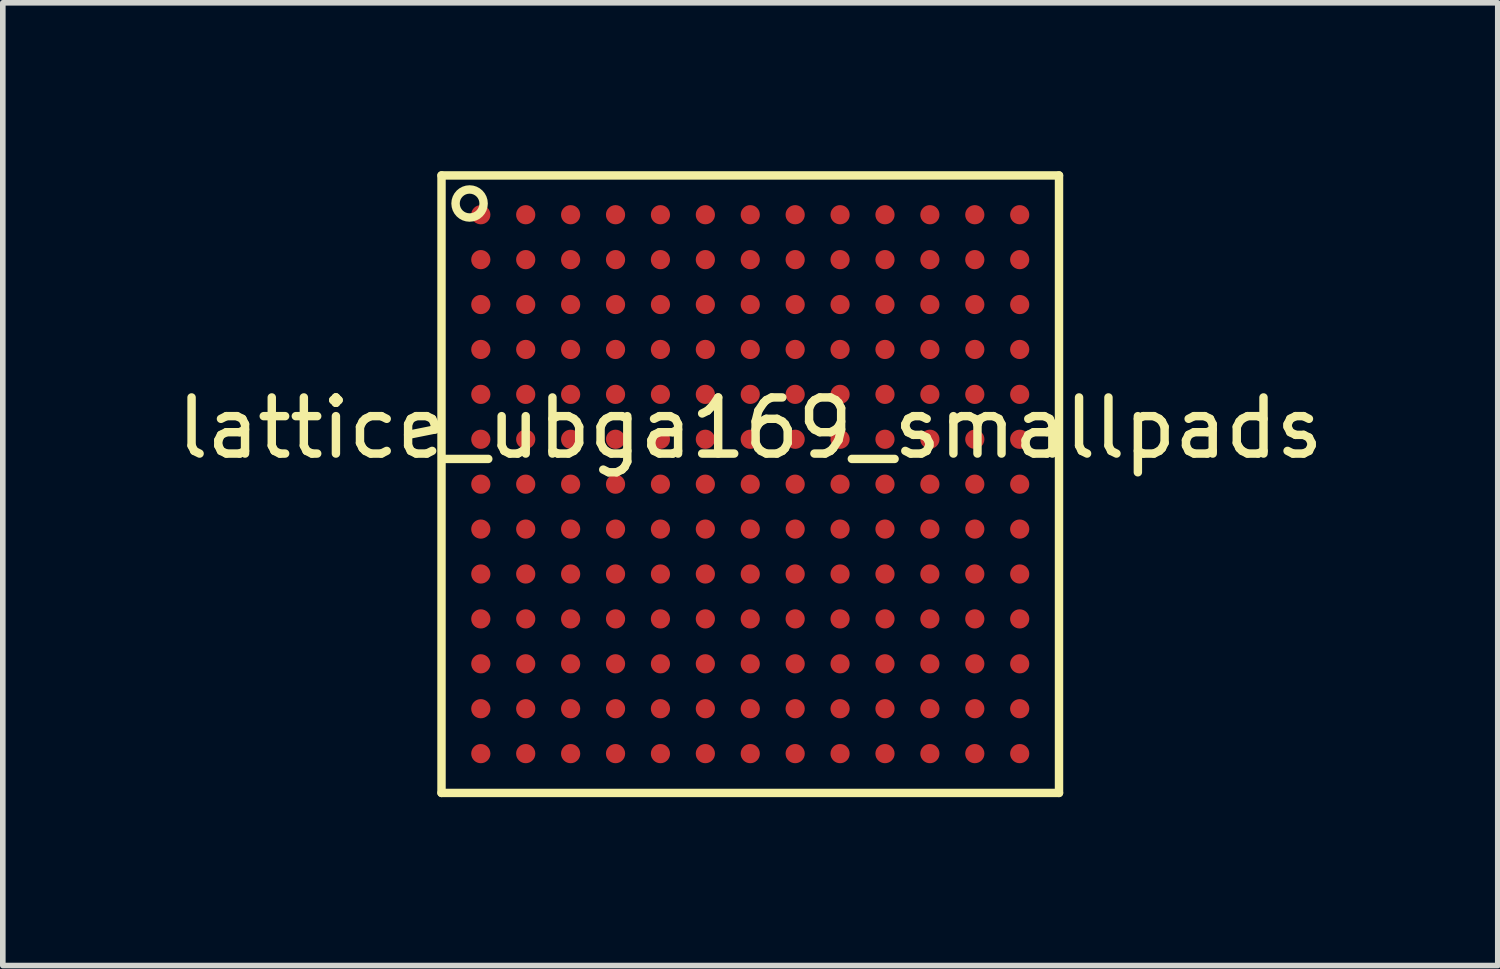
<source format=kicad_pcb>
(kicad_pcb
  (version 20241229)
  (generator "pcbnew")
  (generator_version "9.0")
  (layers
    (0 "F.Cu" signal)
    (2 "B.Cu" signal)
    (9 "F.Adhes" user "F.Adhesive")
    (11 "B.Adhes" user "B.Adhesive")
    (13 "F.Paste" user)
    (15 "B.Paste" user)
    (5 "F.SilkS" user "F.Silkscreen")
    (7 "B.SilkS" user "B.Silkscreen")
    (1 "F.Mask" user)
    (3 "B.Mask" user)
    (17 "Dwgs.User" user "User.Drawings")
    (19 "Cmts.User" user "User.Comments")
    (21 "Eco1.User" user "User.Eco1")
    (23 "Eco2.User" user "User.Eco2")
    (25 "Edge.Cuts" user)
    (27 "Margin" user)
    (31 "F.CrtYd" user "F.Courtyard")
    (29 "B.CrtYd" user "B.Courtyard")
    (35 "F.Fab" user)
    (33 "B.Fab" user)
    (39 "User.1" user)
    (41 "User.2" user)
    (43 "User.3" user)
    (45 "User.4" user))
  (footprint "lattice_ubga169_smallpads"
    (layer "F.Cu")
    (at 10.315 5.575)
    (property "Reference" "lattice_ubga169_smallpads" (at 0 -1 0) (layer "F.SilkS") (effects (font (size 1 1) (thickness 0.15))))
    (attr through_hole)
    (fp_line (start -5.5 -5.5) (end -5.5 5.5) (stroke (width 0.15) (type solid)) (layer "F.SilkS"))
    (fp_line (start -5.5 5.5) (end 5.5 5.5) (stroke (width 0.15) (type solid)) (layer "F.SilkS"))
    (fp_line (start 5.5 -5.5) (end -5.5 -5.5) (stroke (width 0.15) (type solid)) (layer "F.SilkS"))
    (fp_line (start 5.5 5.5) (end 5.5 -5.5) (stroke (width 0.15) (type solid)) (layer "F.SilkS"))
    (fp_circle (center -5 -5) (end -5 -4.75) (stroke (width 0.15) (type solid)) (fill no) (layer "F.SilkS"))
    (pad "A1" smd circle (at -4.8 -4.8) (size 0.342 0.342) (layers "F.Cu" "F.Mask" "F.Paste"))
    (pad "A2" smd circle (at -4 -4.8) (size 0.342 0.342) (layers "F.Cu" "F.Mask" "F.Paste"))
    (pad "A3" smd circle (at -3.2 -4.8) (size 0.342 0.342) (layers "F.Cu" "F.Mask" "F.Paste"))
    (pad "A4" smd circle (at -2.4 -4.8) (size 0.342 0.342) (layers "F.Cu" "F.Mask" "F.Paste"))
    (pad "A5" smd circle (at -1.6 -4.8) (size 0.342 0.342) (layers "F.Cu" "F.Mask" "F.Paste"))
    (pad "A6" smd circle (at -0.8 -4.8) (size 0.342 0.342) (layers "F.Cu" "F.Mask" "F.Paste"))
    (pad "A7" smd circle (at 0 -4.8) (size 0.342 0.342) (layers "F.Cu" "F.Mask" "F.Paste"))
    (pad "A8" smd circle (at 0.8 -4.8) (size 0.342 0.342) (layers "F.Cu" "F.Mask" "F.Paste"))
    (pad "A9" smd circle (at 1.6 -4.8) (size 0.342 0.342) (layers "F.Cu" "F.Mask" "F.Paste"))
    (pad "A10" smd circle (at 2.4 -4.8) (size 0.342 0.342) (layers "F.Cu" "F.Mask" "F.Paste"))
    (pad "A11" smd circle (at 3.2 -4.8) (size 0.342 0.342) (layers "F.Cu" "F.Mask" "F.Paste"))
    (pad "A12" smd circle (at 4 -4.8) (size 0.342 0.342) (layers "F.Cu" "F.Mask" "F.Paste"))
    (pad "A13" smd circle (at 4.8 -4.8) (size 0.342 0.342) (layers "F.Cu" "F.Mask" "F.Paste"))
    (pad "B1" smd circle (at -4.8 -4) (size 0.342 0.342) (layers "F.Cu" "F.Mask" "F.Paste"))
    (pad "B2" smd circle (at -4 -4) (size 0.342 0.342) (layers "F.Cu" "F.Mask" "F.Paste"))
    (pad "B3" smd circle (at -3.2 -4) (size 0.342 0.342) (layers "F.Cu" "F.Mask" "F.Paste"))
    (pad "B4" smd circle (at -2.4 -4) (size 0.342 0.342) (layers "F.Cu" "F.Mask" "F.Paste"))
    (pad "B5" smd circle (at -1.6 -4) (size 0.342 0.342) (layers "F.Cu" "F.Mask" "F.Paste"))
    (pad "B6" smd circle (at -0.8 -4) (size 0.342 0.342) (layers "F.Cu" "F.Mask" "F.Paste"))
    (pad "B7" smd circle (at 0 -4) (size 0.342 0.342) (layers "F.Cu" "F.Mask" "F.Paste"))
    (pad "B8" smd circle (at 0.8 -4) (size 0.342 0.342) (layers "F.Cu" "F.Mask" "F.Paste"))
    (pad "B9" smd circle (at 1.6 -4) (size 0.342 0.342) (layers "F.Cu" "F.Mask" "F.Paste"))
    (pad "B10" smd circle (at 2.4 -4) (size 0.342 0.342) (layers "F.Cu" "F.Mask" "F.Paste"))
    (pad "B11" smd circle (at 3.2 -4) (size 0.342 0.342) (layers "F.Cu" "F.Mask" "F.Paste"))
    (pad "B12" smd circle (at 4 -4) (size 0.342 0.342) (layers "F.Cu" "F.Mask" "F.Paste"))
    (pad "B13" smd circle (at 4.8 -4) (size 0.342 0.342) (layers "F.Cu" "F.Mask" "F.Paste"))
    (pad "C1" smd circle (at -4.8 -3.2) (size 0.342 0.342) (layers "F.Cu" "F.Mask" "F.Paste"))
    (pad "C2" smd circle (at -4 -3.2) (size 0.342 0.342) (layers "F.Cu" "F.Mask" "F.Paste"))
    (pad "C3" smd circle (at -3.2 -3.2) (size 0.342 0.342) (layers "F.Cu" "F.Mask" "F.Paste"))
    (pad "C4" smd circle (at -2.4 -3.2) (size 0.342 0.342) (layers "F.Cu" "F.Mask" "F.Paste"))
    (pad "C5" smd circle (at -1.6 -3.2) (size 0.342 0.342) (layers "F.Cu" "F.Mask" "F.Paste"))
    (pad "C6" smd circle (at -0.8 -3.2) (size 0.342 0.342) (layers "F.Cu" "F.Mask" "F.Paste"))
    (pad "C7" smd circle (at 0 -3.2) (size 0.342 0.342) (layers "F.Cu" "F.Mask" "F.Paste"))
    (pad "C8" smd circle (at 0.8 -3.2) (size 0.342 0.342) (layers "F.Cu" "F.Mask" "F.Paste"))
    (pad "C9" smd circle (at 1.6 -3.2) (size 0.342 0.342) (layers "F.Cu" "F.Mask" "F.Paste"))
    (pad "C10" smd circle (at 2.4 -3.2) (size 0.342 0.342) (layers "F.Cu" "F.Mask" "F.Paste"))
    (pad "C11" smd circle (at 3.2 -3.2) (size 0.342 0.342) (layers "F.Cu" "F.Mask" "F.Paste"))
    (pad "C12" smd circle (at 4 -3.2) (size 0.342 0.342) (layers "F.Cu" "F.Mask" "F.Paste"))
    (pad "C13" smd circle (at 4.8 -3.2) (size 0.342 0.342) (layers "F.Cu" "F.Mask" "F.Paste"))
    (pad "D1" smd circle (at -4.8 -2.4) (size 0.342 0.342) (layers "F.Cu" "F.Mask" "F.Paste"))
    (pad "D2" smd circle (at -4 -2.4) (size 0.342 0.342) (layers "F.Cu" "F.Mask" "F.Paste"))
    (pad "D3" smd circle (at -3.2 -2.4) (size 0.342 0.342) (layers "F.Cu" "F.Mask" "F.Paste"))
    (pad "D4" smd circle (at -2.4 -2.4) (size 0.342 0.342) (layers "F.Cu" "F.Mask" "F.Paste"))
    (pad "D5" smd circle (at -1.6 -2.4) (size 0.342 0.342) (layers "F.Cu" "F.Mask" "F.Paste"))
    (pad "D6" smd circle (at -0.8 -2.4) (size 0.342 0.342) (layers "F.Cu" "F.Mask" "F.Paste"))
    (pad "D7" smd circle (at 0 -2.4) (size 0.342 0.342) (layers "F.Cu" "F.Mask" "F.Paste"))
    (pad "D8" smd circle (at 0.8 -2.4) (size 0.342 0.342) (layers "F.Cu" "F.Mask" "F.Paste"))
    (pad "D9" smd circle (at 1.6 -2.4) (size 0.342 0.342) (layers "F.Cu" "F.Mask" "F.Paste"))
    (pad "D10" smd circle (at 2.4 -2.4) (size 0.342 0.342) (layers "F.Cu" "F.Mask" "F.Paste"))
    (pad "D11" smd circle (at 3.2 -2.4) (size 0.342 0.342) (layers "F.Cu" "F.Mask" "F.Paste"))
    (pad "D12" smd circle (at 4 -2.4) (size 0.342 0.342) (layers "F.Cu" "F.Mask" "F.Paste"))
    (pad "D13" smd circle (at 4.8 -2.4) (size 0.342 0.342) (layers "F.Cu" "F.Mask" "F.Paste"))
    (pad "E1" smd circle (at -4.8 -1.6) (size 0.342 0.342) (layers "F.Cu" "F.Mask" "F.Paste"))
    (pad "E2" smd circle (at -4 -1.6) (size 0.342 0.342) (layers "F.Cu" "F.Mask" "F.Paste"))
    (pad "E3" smd circle (at -3.2 -1.6) (size 0.342 0.342) (layers "F.Cu" "F.Mask" "F.Paste"))
    (pad "E4" smd circle (at -2.4 -1.6) (size 0.342 0.342) (layers "F.Cu" "F.Mask" "F.Paste"))
    (pad "E5" smd circle (at -1.6 -1.6) (size 0.342 0.342) (layers "F.Cu" "F.Mask" "F.Paste"))
    (pad "E6" smd circle (at -0.8 -1.6) (size 0.342 0.342) (layers "F.Cu" "F.Mask" "F.Paste"))
    (pad "E7" smd circle (at 0 -1.6) (size 0.342 0.342) (layers "F.Cu" "F.Mask" "F.Paste"))
    (pad "E8" smd circle (at 0.8 -1.6) (size 0.342 0.342) (layers "F.Cu" "F.Mask" "F.Paste"))
    (pad "E9" smd circle (at 1.6 -1.6) (size 0.342 0.342) (layers "F.Cu" "F.Mask" "F.Paste"))
    (pad "E10" smd circle (at 2.4 -1.6) (size 0.342 0.342) (layers "F.Cu" "F.Mask" "F.Paste"))
    (pad "E11" smd circle (at 3.2 -1.6) (size 0.342 0.342) (layers "F.Cu" "F.Mask" "F.Paste"))
    (pad "E12" smd circle (at 4 -1.6) (size 0.342 0.342) (layers "F.Cu" "F.Mask" "F.Paste"))
    (pad "E13" smd circle (at 4.8 -1.6) (size 0.342 0.342) (layers "F.Cu" "F.Mask" "F.Paste"))
    (pad "F1" smd circle (at -4.8 -0.8) (size 0.342 0.342) (layers "F.Cu" "F.Mask" "F.Paste"))
    (pad "F2" smd circle (at -4 -0.8) (size 0.342 0.342) (layers "F.Cu" "F.Mask" "F.Paste"))
    (pad "F3" smd circle (at -3.2 -0.8) (size 0.342 0.342) (layers "F.Cu" "F.Mask" "F.Paste"))
    (pad "F4" smd circle (at -2.4 -0.8) (size 0.342 0.342) (layers "F.Cu" "F.Mask" "F.Paste"))
    (pad "F5" smd circle (at -1.6 -0.8) (size 0.342 0.342) (layers "F.Cu" "F.Mask" "F.Paste"))
    (pad "F6" smd circle (at -0.8 -0.8) (size 0.342 0.342) (layers "F.Cu" "F.Mask" "F.Paste"))
    (pad "F7" smd circle (at 0 -0.8) (size 0.342 0.342) (layers "F.Cu" "F.Mask" "F.Paste"))
    (pad "F8" smd circle (at 0.8 -0.8) (size 0.342 0.342) (layers "F.Cu" "F.Mask" "F.Paste"))
    (pad "F9" smd circle (at 1.6 -0.8) (size 0.342 0.342) (layers "F.Cu" "F.Mask" "F.Paste"))
    (pad "F10" smd circle (at 2.4 -0.8) (size 0.342 0.342) (layers "F.Cu" "F.Mask" "F.Paste"))
    (pad "F11" smd circle (at 3.2 -0.8) (size 0.342 0.342) (layers "F.Cu" "F.Mask" "F.Paste"))
    (pad "F12" smd circle (at 4 -0.8) (size 0.342 0.342) (layers "F.Cu" "F.Mask" "F.Paste"))
    (pad "F13" smd circle (at 4.8 -0.8) (size 0.342 0.342) (layers "F.Cu" "F.Mask" "F.Paste"))
    (pad "G1" smd circle (at -4.8 0) (size 0.342 0.342) (layers "F.Cu" "F.Mask" "F.Paste"))
    (pad "G2" smd circle (at -4 0) (size 0.342 0.342) (layers "F.Cu" "F.Mask" "F.Paste"))
    (pad "G3" smd circle (at -3.2 0) (size 0.342 0.342) (layers "F.Cu" "F.Mask" "F.Paste"))
    (pad "G4" smd circle (at -2.4 0) (size 0.342 0.342) (layers "F.Cu" "F.Mask" "F.Paste"))
    (pad "G5" smd circle (at -1.6 0) (size 0.342 0.342) (layers "F.Cu" "F.Mask" "F.Paste"))
    (pad "G6" smd circle (at -0.8 0) (size 0.342 0.342) (layers "F.Cu" "F.Mask" "F.Paste"))
    (pad "G7" smd circle (at 0 0) (size 0.342 0.342) (layers "F.Cu" "F.Mask" "F.Paste"))
    (pad "G8" smd circle (at 0.8 0) (size 0.342 0.342) (layers "F.Cu" "F.Mask" "F.Paste"))
    (pad "G9" smd circle (at 1.6 0) (size 0.342 0.342) (layers "F.Cu" "F.Mask" "F.Paste"))
    (pad "G10" smd circle (at 2.4 0) (size 0.342 0.342) (layers "F.Cu" "F.Mask" "F.Paste"))
    (pad "G11" smd circle (at 3.2 0) (size 0.342 0.342) (layers "F.Cu" "F.Mask" "F.Paste"))
    (pad "G12" smd circle (at 4 0) (size 0.342 0.342) (layers "F.Cu" "F.Mask" "F.Paste"))
    (pad "G13" smd circle (at 4.8 0) (size 0.342 0.342) (layers "F.Cu" "F.Mask" "F.Paste"))
    (pad "H1" smd circle (at -4.8 0.8) (size 0.342 0.342) (layers "F.Cu" "F.Mask" "F.Paste"))
    (pad "H2" smd circle (at -4 0.8) (size 0.342 0.342) (layers "F.Cu" "F.Mask" "F.Paste"))
    (pad "H3" smd circle (at -3.2 0.8) (size 0.342 0.342) (layers "F.Cu" "F.Mask" "F.Paste"))
    (pad "H4" smd circle (at -2.4 0.8) (size 0.342 0.342) (layers "F.Cu" "F.Mask" "F.Paste"))
    (pad "H5" smd circle (at -1.6 0.8) (size 0.342 0.342) (layers "F.Cu" "F.Mask" "F.Paste"))
    (pad "H6" smd circle (at -0.8 0.8) (size 0.342 0.342) (layers "F.Cu" "F.Mask" "F.Paste"))
    (pad "H7" smd circle (at 0 0.8) (size 0.342 0.342) (layers "F.Cu" "F.Mask" "F.Paste"))
    (pad "H8" smd circle (at 0.8 0.8) (size 0.342 0.342) (layers "F.Cu" "F.Mask" "F.Paste"))
    (pad "H9" smd circle (at 1.6 0.8) (size 0.342 0.342) (layers "F.Cu" "F.Mask" "F.Paste"))
    (pad "H10" smd circle (at 2.4 0.8) (size 0.342 0.342) (layers "F.Cu" "F.Mask" "F.Paste"))
    (pad "H11" smd circle (at 3.2 0.8) (size 0.342 0.342) (layers "F.Cu" "F.Mask" "F.Paste"))
    (pad "H12" smd circle (at 4 0.8) (size 0.342 0.342) (layers "F.Cu" "F.Mask" "F.Paste"))
    (pad "H13" smd circle (at 4.8 0.8) (size 0.342 0.342) (layers "F.Cu" "F.Mask" "F.Paste"))
    (pad "J1" smd circle (at -4.8 1.6) (size 0.342 0.342) (layers "F.Cu" "F.Mask" "F.Paste"))
    (pad "J2" smd circle (at -4 1.6) (size 0.342 0.342) (layers "F.Cu" "F.Mask" "F.Paste"))
    (pad "J3" smd circle (at -3.2 1.6) (size 0.342 0.342) (layers "F.Cu" "F.Mask" "F.Paste"))
    (pad "J4" smd circle (at -2.4 1.6) (size 0.342 0.342) (layers "F.Cu" "F.Mask" "F.Paste"))
    (pad "J5" smd circle (at -1.6 1.6) (size 0.342 0.342) (layers "F.Cu" "F.Mask" "F.Paste"))
    (pad "J6" smd circle (at -0.8 1.6) (size 0.342 0.342) (layers "F.Cu" "F.Mask" "F.Paste"))
    (pad "J7" smd circle (at 0 1.6) (size 0.342 0.342) (layers "F.Cu" "F.Mask" "F.Paste"))
    (pad "J8" smd circle (at 0.8 1.6) (size 0.342 0.342) (layers "F.Cu" "F.Mask" "F.Paste"))
    (pad "J9" smd circle (at 1.6 1.6) (size 0.342 0.342) (layers "F.Cu" "F.Mask" "F.Paste"))
    (pad "J10" smd circle (at 2.4 1.6) (size 0.342 0.342) (layers "F.Cu" "F.Mask" "F.Paste"))
    (pad "J11" smd circle (at 3.2 1.6) (size 0.342 0.342) (layers "F.Cu" "F.Mask" "F.Paste"))
    (pad "J12" smd circle (at 4 1.6) (size 0.342 0.342) (layers "F.Cu" "F.Mask" "F.Paste"))
    (pad "J13" smd circle (at 4.8 1.6) (size 0.342 0.342) (layers "F.Cu" "F.Mask" "F.Paste"))
    (pad "K1" smd circle (at -4.8 2.4) (size 0.342 0.342) (layers "F.Cu" "F.Mask" "F.Paste"))
    (pad "K2" smd circle (at -4 2.4) (size 0.342 0.342) (layers "F.Cu" "F.Mask" "F.Paste"))
    (pad "K3" smd circle (at -3.2 2.4) (size 0.342 0.342) (layers "F.Cu" "F.Mask" "F.Paste"))
    (pad "K4" smd circle (at -2.4 2.4) (size 0.342 0.342) (layers "F.Cu" "F.Mask" "F.Paste"))
    (pad "K5" smd circle (at -1.6 2.4) (size 0.342 0.342) (layers "F.Cu" "F.Mask" "F.Paste"))
    (pad "K6" smd circle (at -0.8 2.4) (size 0.342 0.342) (layers "F.Cu" "F.Mask" "F.Paste"))
    (pad "K7" smd circle (at 0 2.4) (size 0.342 0.342) (layers "F.Cu" "F.Mask" "F.Paste"))
    (pad "K8" smd circle (at 0.8 2.4) (size 0.342 0.342) (layers "F.Cu" "F.Mask" "F.Paste"))
    (pad "K9" smd circle (at 1.6 2.4) (size 0.342 0.342) (layers "F.Cu" "F.Mask" "F.Paste"))
    (pad "K10" smd circle (at 2.4 2.4) (size 0.342 0.342) (layers "F.Cu" "F.Mask" "F.Paste"))
    (pad "K11" smd circle (at 3.2 2.4) (size 0.342 0.342) (layers "F.Cu" "F.Mask" "F.Paste"))
    (pad "K12" smd circle (at 4 2.4) (size 0.342 0.342) (layers "F.Cu" "F.Mask" "F.Paste"))
    (pad "K13" smd circle (at 4.8 2.4) (size 0.342 0.342) (layers "F.Cu" "F.Mask" "F.Paste"))
    (pad "L1" smd circle (at -4.8 3.2) (size 0.342 0.342) (layers "F.Cu" "F.Mask" "F.Paste"))
    (pad "L2" smd circle (at -4 3.2) (size 0.342 0.342) (layers "F.Cu" "F.Mask" "F.Paste"))
    (pad "L3" smd circle (at -3.2 3.2) (size 0.342 0.342) (layers "F.Cu" "F.Mask" "F.Paste"))
    (pad "L4" smd circle (at -2.4 3.2) (size 0.342 0.342) (layers "F.Cu" "F.Mask" "F.Paste"))
    (pad "L5" smd circle (at -1.6 3.2) (size 0.342 0.342) (layers "F.Cu" "F.Mask" "F.Paste"))
    (pad "L6" smd circle (at -0.8 3.2) (size 0.342 0.342) (layers "F.Cu" "F.Mask" "F.Paste"))
    (pad "L7" smd circle (at 0 3.2) (size 0.342 0.342) (layers "F.Cu" "F.Mask" "F.Paste"))
    (pad "L8" smd circle (at 0.8 3.2) (size 0.342 0.342) (layers "F.Cu" "F.Mask" "F.Paste"))
    (pad "L9" smd circle (at 1.6 3.2) (size 0.342 0.342) (layers "F.Cu" "F.Mask" "F.Paste"))
    (pad "L10" smd circle (at 2.4 3.2) (size 0.342 0.342) (layers "F.Cu" "F.Mask" "F.Paste"))
    (pad "L11" smd circle (at 3.2 3.2) (size 0.342 0.342) (layers "F.Cu" "F.Mask" "F.Paste"))
    (pad "L12" smd circle (at 4 3.2) (size 0.342 0.342) (layers "F.Cu" "F.Mask" "F.Paste"))
    (pad "L13" smd circle (at 4.8 3.2) (size 0.342 0.342) (layers "F.Cu" "F.Mask" "F.Paste"))
    (pad "M1" smd circle (at -4.8 4) (size 0.342 0.342) (layers "F.Cu" "F.Mask" "F.Paste"))
    (pad "M2" smd circle (at -4 4) (size 0.342 0.342) (layers "F.Cu" "F.Mask" "F.Paste"))
    (pad "M3" smd circle (at -3.2 4) (size 0.342 0.342) (layers "F.Cu" "F.Mask" "F.Paste"))
    (pad "M4" smd circle (at -2.4 4) (size 0.342 0.342) (layers "F.Cu" "F.Mask" "F.Paste"))
    (pad "M5" smd circle (at -1.6 4) (size 0.342 0.342) (layers "F.Cu" "F.Mask" "F.Paste"))
    (pad "M6" smd circle (at -0.8 4) (size 0.342 0.342) (layers "F.Cu" "F.Mask" "F.Paste"))
    (pad "M7" smd circle (at 0 4) (size 0.342 0.342) (layers "F.Cu" "F.Mask" "F.Paste"))
    (pad "M8" smd circle (at 0.8 4) (size 0.342 0.342) (layers "F.Cu" "F.Mask" "F.Paste"))
    (pad "M9" smd circle (at 1.6 4) (size 0.342 0.342) (layers "F.Cu" "F.Mask" "F.Paste"))
    (pad "M10" smd circle (at 2.4 4) (size 0.342 0.342) (layers "F.Cu" "F.Mask" "F.Paste"))
    (pad "M11" smd circle (at 3.2 4) (size 0.342 0.342) (layers "F.Cu" "F.Mask" "F.Paste"))
    (pad "M12" smd circle (at 4 4) (size 0.342 0.342) (layers "F.Cu" "F.Mask" "F.Paste"))
    (pad "M13" smd circle (at 4.8 4) (size 0.342 0.342) (layers "F.Cu" "F.Mask" "F.Paste"))
    (pad "N1" smd circle (at -4.8 4.8) (size 0.342 0.342) (layers "F.Cu" "F.Mask" "F.Paste"))
    (pad "N2" smd circle (at -4 4.8) (size 0.342 0.342) (layers "F.Cu" "F.Mask" "F.Paste"))
    (pad "N3" smd circle (at -3.2 4.8) (size 0.342 0.342) (layers "F.Cu" "F.Mask" "F.Paste"))
    (pad "N4" smd circle (at -2.4 4.8) (size 0.342 0.342) (layers "F.Cu" "F.Mask" "F.Paste"))
    (pad "N5" smd circle (at -1.6 4.8) (size 0.342 0.342) (layers "F.Cu" "F.Mask" "F.Paste"))
    (pad "N6" smd circle (at -0.8 4.8) (size 0.342 0.342) (layers "F.Cu" "F.Mask" "F.Paste"))
    (pad "N7" smd circle (at 0 4.8) (size 0.342 0.342) (layers "F.Cu" "F.Mask" "F.Paste"))
    (pad "N8" smd circle (at 0.8 4.8) (size 0.342 0.342) (layers "F.Cu" "F.Mask" "F.Paste"))
    (pad "N9" smd circle (at 1.6 4.8) (size 0.342 0.342) (layers "F.Cu" "F.Mask" "F.Paste"))
    (pad "N10" smd circle (at 2.4 4.8) (size 0.342 0.342) (layers "F.Cu" "F.Mask" "F.Paste"))
    (pad "N11" smd circle (at 3.2 4.8) (size 0.342 0.342) (layers "F.Cu" "F.Mask" "F.Paste"))
    (pad "N12" smd circle (at 4 4.8) (size 0.342 0.342) (layers "F.Cu" "F.Mask" "F.Paste"))
    (pad "N13" smd circle (at 4.8 4.8) (size 0.342 0.342) (layers "F.Cu" "F.Mask" "F.Paste")))
  (gr_rect
    (start -3 -3)
    (end 23.631 14.15)
    (stroke (width 0.1) (type default))
    (fill no)
    (layer "Edge.Cuts")))
</source>
